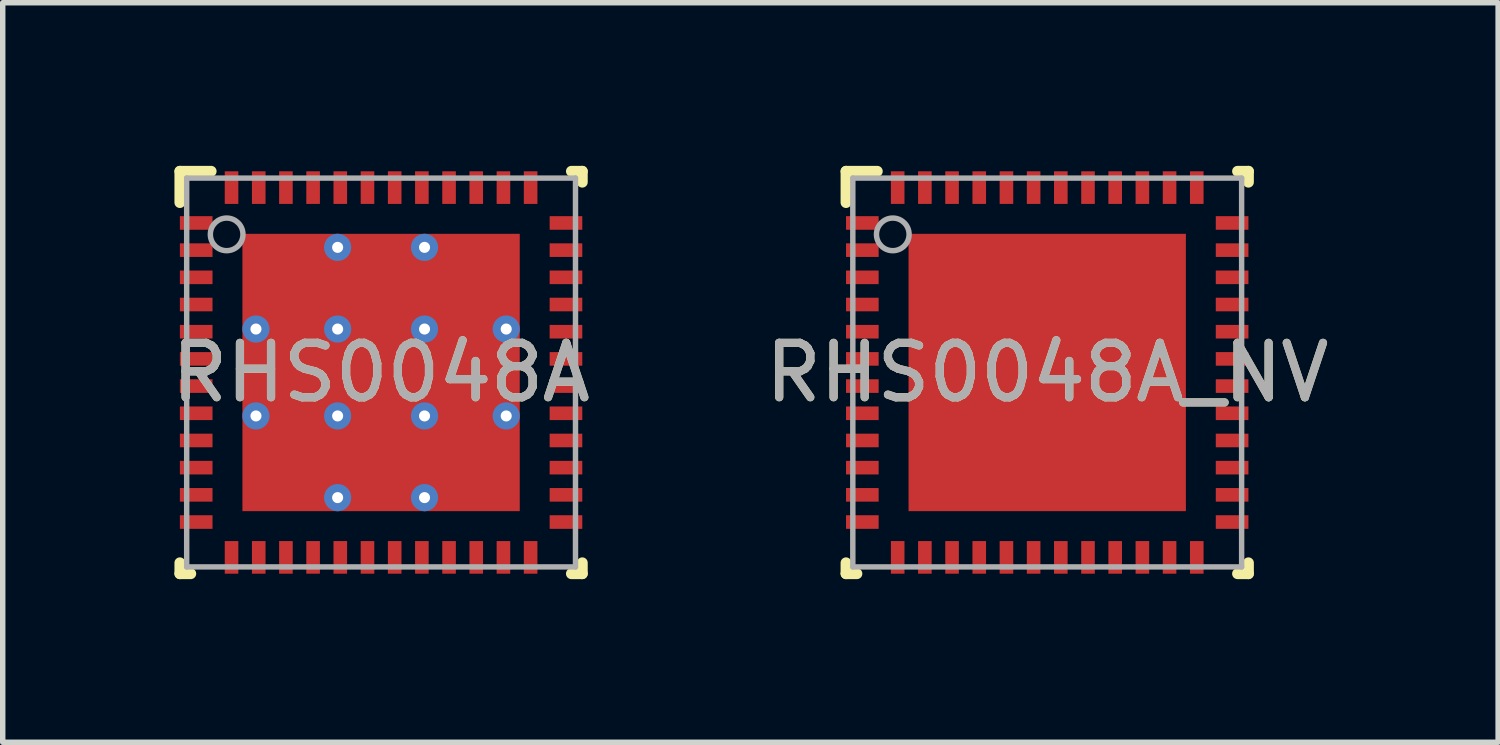
<source format=kicad_pcb>
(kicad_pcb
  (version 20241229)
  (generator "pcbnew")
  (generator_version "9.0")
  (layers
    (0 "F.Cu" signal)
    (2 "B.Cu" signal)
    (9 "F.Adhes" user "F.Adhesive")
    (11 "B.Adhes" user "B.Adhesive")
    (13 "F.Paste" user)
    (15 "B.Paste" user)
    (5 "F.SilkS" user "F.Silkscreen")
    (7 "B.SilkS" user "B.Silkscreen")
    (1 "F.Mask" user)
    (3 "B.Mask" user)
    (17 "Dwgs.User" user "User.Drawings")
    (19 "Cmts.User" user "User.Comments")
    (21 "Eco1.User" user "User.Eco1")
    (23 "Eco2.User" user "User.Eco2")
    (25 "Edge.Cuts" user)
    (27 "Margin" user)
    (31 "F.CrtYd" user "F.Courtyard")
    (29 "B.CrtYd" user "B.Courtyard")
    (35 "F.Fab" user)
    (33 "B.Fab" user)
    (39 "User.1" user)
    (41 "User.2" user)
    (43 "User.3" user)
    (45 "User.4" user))
  (footprint "RHS0048A_NV"
    (layer "F.Cu")
    (at 16.208 3.8)
    (property "Reference" "RHS0048A_NV" (at 0 0 0) (unlocked yes) (layer "F.SilkS") (effects (font (size 1 1) (thickness 0.15))))
    (attr smd)
    (fp_line (start -3.7 -3.7) (end -3.125 -3.7) (stroke (width 0.2) (type solid)) (layer "F.SilkS"))
    (fp_line (start -3.7 -3.125) (end -3.7 -3.7) (stroke (width 0.2) (type solid)) (layer "F.SilkS"))
    (fp_line (start -3.7 3.7) (end -3.7 3.5) (stroke (width 0.2) (type solid)) (layer "F.SilkS"))
    (fp_line (start -3.7 3.7) (end -3.5 3.7) (stroke (width 0.2) (type solid)) (layer "F.SilkS"))
    (fp_line (start 3.5 -3.7) (end 3.7 -3.7) (stroke (width 0.2) (type solid)) (layer "F.SilkS"))
    (fp_line (start 3.5 3.7) (end 3.7 3.7) (stroke (width 0.2) (type solid)) (layer "F.SilkS"))
    (fp_line (start 3.7 -3.5) (end 3.7 -3.7) (stroke (width 0.2) (type solid)) (layer "F.SilkS"))
    (fp_line (start 3.7 3.7) (end 3.7 3.5) (stroke (width 0.2) (type solid)) (layer "F.SilkS"))
    (fp_poly (pts (xy -2.297 -0.899) (xy -0.899 -0.899) (xy -0.899 -2.297) (xy -2.297 -2.297)) (stroke (width 0) (type solid)) (fill yes) (layer "F.Paste"))
    (fp_poly (pts (xy -2.297 0.699) (xy -0.899 0.699) (xy -0.899 -0.699) (xy -2.297 -0.699)) (stroke (width 0) (type solid)) (fill yes) (layer "F.Paste"))
    (fp_poly (pts (xy -2.297 2.297) (xy -0.899 2.297) (xy -0.899 0.899) (xy -2.297 0.899)) (stroke (width 0) (type solid)) (fill yes) (layer "F.Paste"))
    (fp_poly (pts (xy -0.699 -0.899) (xy 0.699 -0.899) (xy 0.699 -2.297) (xy -0.699 -2.297)) (stroke (width 0) (type solid)) (fill yes) (layer "F.Paste"))
    (fp_poly (pts (xy -0.699 0.699) (xy 0.699 0.699) (xy 0.699 -0.699) (xy -0.699 -0.699)) (stroke (width 0) (type solid)) (fill yes) (layer "F.Paste"))
    (fp_poly (pts (xy -0.699 2.297) (xy 0.699 2.297) (xy 0.699 0.899) (xy -0.699 0.899)) (stroke (width 0) (type solid)) (fill yes) (layer "F.Paste"))
    (fp_poly (pts (xy 0.899 -0.899) (xy 2.297 -0.899) (xy 2.297 -2.297) (xy 0.899 -2.297)) (stroke (width 0) (type solid)) (fill yes) (layer "F.Paste"))
    (fp_poly (pts (xy 0.899 0.699) (xy 2.297 0.699) (xy 2.297 -0.699) (xy 0.899 -0.699)) (stroke (width 0) (type solid)) (fill yes) (layer "F.Paste"))
    (fp_poly (pts (xy 0.899 2.297) (xy 2.297 2.297) (xy 2.297 0.899) (xy 0.899 0.899)) (stroke (width 0) (type solid)) (fill yes) (layer "F.Paste"))
    (fp_line (start -3.575 -3.575) (end 3.575 -3.575) (stroke (width 0.1) (type solid)) (layer "F.Fab"))
    (fp_line (start -3.575 3.575) (end -3.575 -3.575) (stroke (width 0.1) (type solid)) (layer "F.Fab"))
    (fp_line (start -3.575 3.575) (end 3.575 3.575) (stroke (width 0.1) (type solid)) (layer "F.Fab"))
    (fp_line (start 3.575 3.575) (end 3.575 -3.575) (stroke (width 0.1) (type solid)) (layer "F.Fab"))
    (fp_circle (center -2.84 -2.54) (end -2.54 -2.54) (stroke (width 0.1) (type solid)) (fill no) (layer "F.Fab"))
    (fp_text user "${REFERENCE}" (at 0 0 0) (unlocked yes) (layer "F.Fab") (effects (font (size 1 1) (thickness 0.15))))
    (pad "1" smd rect (at -3.4 -2.75 90) (size 0.25 0.6) (layers "F.Cu" "F.Mask" "F.Paste"))
    (pad "2" smd rect (at -3.4 -2.25 90) (size 0.25 0.6) (layers "F.Cu" "F.Mask" "F.Paste"))
    (pad "3" smd rect (at -3.4 -1.75 90) (size 0.25 0.6) (layers "F.Cu" "F.Mask" "F.Paste"))
    (pad "4" smd rect (at -3.4 -1.25 90) (size 0.25 0.6) (layers "F.Cu" "F.Mask" "F.Paste"))
    (pad "5" smd rect (at -3.4 -0.75 90) (size 0.25 0.6) (layers "F.Cu" "F.Mask" "F.Paste"))
    (pad "6" smd rect (at -3.4 -0.25 90) (size 0.25 0.6) (layers "F.Cu" "F.Mask" "F.Paste"))
    (pad "7" smd rect (at -3.4 0.25 90) (size 0.25 0.6) (layers "F.Cu" "F.Mask" "F.Paste"))
    (pad "8" smd rect (at -3.4 0.75 90) (size 0.25 0.6) (layers "F.Cu" "F.Mask" "F.Paste"))
    (pad "9" smd rect (at -3.4 1.25 90) (size 0.25 0.6) (layers "F.Cu" "F.Mask" "F.Paste"))
    (pad "10" smd rect (at -3.4 1.75 90) (size 0.25 0.6) (layers "F.Cu" "F.Mask" "F.Paste"))
    (pad "11" smd rect (at -3.4 2.25 90) (size 0.25 0.6) (layers "F.Cu" "F.Mask" "F.Paste"))
    (pad "12" smd rect (at -3.4 2.75 90) (size 0.25 0.6) (layers "F.Cu" "F.Mask" "F.Paste"))
    (pad "13" smd rect (at -2.75 3.4) (size 0.25 0.6) (layers "F.Cu" "F.Mask" "F.Paste"))
    (pad "14" smd rect (at -2.25 3.4) (size 0.25 0.6) (layers "F.Cu" "F.Mask" "F.Paste"))
    (pad "15" smd rect (at -1.75 3.4) (size 0.25 0.6) (layers "F.Cu" "F.Mask" "F.Paste"))
    (pad "16" smd rect (at -1.25 3.4) (size 0.25 0.6) (layers "F.Cu" "F.Mask" "F.Paste"))
    (pad "17" smd rect (at -0.75 3.4) (size 0.25 0.6) (layers "F.Cu" "F.Mask" "F.Paste"))
    (pad "18" smd rect (at -0.25 3.4) (size 0.25 0.6) (layers "F.Cu" "F.Mask" "F.Paste"))
    (pad "19" smd rect (at 0.25 3.4) (size 0.25 0.6) (layers "F.Cu" "F.Mask" "F.Paste"))
    (pad "20" smd rect (at 0.75 3.4) (size 0.25 0.6) (layers "F.Cu" "F.Mask" "F.Paste"))
    (pad "21" smd rect (at 1.25 3.4) (size 0.25 0.6) (layers "F.Cu" "F.Mask" "F.Paste"))
    (pad "22" smd rect (at 1.75 3.4) (size 0.25 0.6) (layers "F.Cu" "F.Mask" "F.Paste"))
    (pad "23" smd rect (at 2.25 3.4) (size 0.25 0.6) (layers "F.Cu" "F.Mask" "F.Paste"))
    (pad "24" smd rect (at 2.75 3.4) (size 0.25 0.6) (layers "F.Cu" "F.Mask" "F.Paste"))
    (pad "25" smd rect (at 3.4 2.75 90) (size 0.25 0.6) (layers "F.Cu" "F.Mask" "F.Paste"))
    (pad "26" smd rect (at 3.4 2.25 90) (size 0.25 0.6) (layers "F.Cu" "F.Mask" "F.Paste"))
    (pad "27" smd rect (at 3.4 1.75 90) (size 0.25 0.6) (layers "F.Cu" "F.Mask" "F.Paste"))
    (pad "28" smd rect (at 3.4 1.25 90) (size 0.25 0.6) (layers "F.Cu" "F.Mask" "F.Paste"))
    (pad "29" smd rect (at 3.4 0.75 90) (size 0.25 0.6) (layers "F.Cu" "F.Mask" "F.Paste"))
    (pad "30" smd rect (at 3.4 0.25 90) (size 0.25 0.6) (layers "F.Cu" "F.Mask" "F.Paste"))
    (pad "31" smd rect (at 3.4 -0.25 90) (size 0.25 0.6) (layers "F.Cu" "F.Mask" "F.Paste"))
    (pad "32" smd rect (at 3.4 -0.75 90) (size 0.25 0.6) (layers "F.Cu" "F.Mask" "F.Paste"))
    (pad "33" smd rect (at 3.4 -1.25 90) (size 0.25 0.6) (layers "F.Cu" "F.Mask" "F.Paste"))
    (pad "34" smd rect (at 3.4 -1.75 90) (size 0.25 0.6) (layers "F.Cu" "F.Mask" "F.Paste"))
    (pad "35" smd rect (at 3.4 -2.25 90) (size 0.25 0.6) (layers "F.Cu" "F.Mask" "F.Paste"))
    (pad "36" smd rect (at 3.4 -2.75 90) (size 0.25 0.6) (layers "F.Cu" "F.Mask" "F.Paste"))
    (pad "37" smd rect (at 2.75 -3.4) (size 0.25 0.6) (layers "F.Cu" "F.Mask" "F.Paste"))
    (pad "38" smd rect (at 2.25 -3.4) (size 0.25 0.6) (layers "F.Cu" "F.Mask" "F.Paste"))
    (pad "39" smd rect (at 1.75 -3.4) (size 0.25 0.6) (layers "F.Cu" "F.Mask" "F.Paste"))
    (pad "40" smd rect (at 1.25 -3.4) (size 0.25 0.6) (layers "F.Cu" "F.Mask" "F.Paste"))
    (pad "41" smd rect (at 0.75 -3.4) (size 0.25 0.6) (layers "F.Cu" "F.Mask" "F.Paste"))
    (pad "42" smd rect (at 0.25 -3.4) (size 0.25 0.6) (layers "F.Cu" "F.Mask" "F.Paste"))
    (pad "43" smd rect (at -0.25 -3.4) (size 0.25 0.6) (layers "F.Cu" "F.Mask" "F.Paste"))
    (pad "44" smd rect (at -0.75 -3.4) (size 0.25 0.6) (layers "F.Cu" "F.Mask" "F.Paste"))
    (pad "45" smd rect (at -1.25 -3.4) (size 0.25 0.6) (layers "F.Cu" "F.Mask" "F.Paste"))
    (pad "46" smd rect (at -1.75 -3.4) (size 0.25 0.6) (layers "F.Cu" "F.Mask" "F.Paste"))
    (pad "47" smd rect (at -2.25 -3.4) (size 0.25 0.6) (layers "F.Cu" "F.Mask" "F.Paste"))
    (pad "48" smd rect (at -2.75 -3.4) (size 0.25 0.6) (layers "F.Cu" "F.Mask" "F.Paste"))
    (pad "49" smd rect (at 0.000003 0) (size 5.1 5.1) (layers "F.Cu" "F.Mask")))
  (footprint "RHS0048A"
    (layer "F.Cu")
    (at 3.958 3.8)
    (property "Reference" "RHS0048A" (at 0 0 0) (unlocked yes) (layer "F.SilkS") (effects (font (size 1 1) (thickness 0.15))))
    (attr smd)
    (fp_line (start -3.7 -3.7) (end -3.125 -3.7) (stroke (width 0.2) (type solid)) (layer "F.SilkS"))
    (fp_line (start -3.7 -3.125) (end -3.7 -3.7) (stroke (width 0.2) (type solid)) (layer "F.SilkS"))
    (fp_line (start -3.7 3.7) (end -3.7 3.5) (stroke (width 0.2) (type solid)) (layer "F.SilkS"))
    (fp_line (start -3.7 3.7) (end -3.5 3.7) (stroke (width 0.2) (type solid)) (layer "F.SilkS"))
    (fp_line (start 3.5 -3.7) (end 3.7 -3.7) (stroke (width 0.2) (type solid)) (layer "F.SilkS"))
    (fp_line (start 3.5 3.7) (end 3.7 3.7) (stroke (width 0.2) (type solid)) (layer "F.SilkS"))
    (fp_line (start 3.7 -3.5) (end 3.7 -3.7) (stroke (width 0.2) (type solid)) (layer "F.SilkS"))
    (fp_line (start 3.7 3.7) (end 3.7 3.5) (stroke (width 0.2) (type solid)) (layer "F.SilkS"))
    (fp_poly (pts (xy -2.297 -0.899) (xy -0.899 -0.899) (xy -0.899 -2.297) (xy -2.297 -2.297)) (stroke (width 0) (type solid)) (fill yes) (layer "F.Paste"))
    (fp_poly (pts (xy -2.297 0.699) (xy -0.899 0.699) (xy -0.899 -0.699) (xy -2.297 -0.699)) (stroke (width 0) (type solid)) (fill yes) (layer "F.Paste"))
    (fp_poly (pts (xy -2.297 2.297) (xy -0.899 2.297) (xy -0.899 0.899) (xy -2.297 0.899)) (stroke (width 0) (type solid)) (fill yes) (layer "F.Paste"))
    (fp_poly (pts (xy -0.699 -0.899) (xy 0.699 -0.899) (xy 0.699 -2.297) (xy -0.699 -2.297)) (stroke (width 0) (type solid)) (fill yes) (layer "F.Paste"))
    (fp_poly (pts (xy -0.699 0.699) (xy 0.699 0.699) (xy 0.699 -0.699) (xy -0.699 -0.699)) (stroke (width 0) (type solid)) (fill yes) (layer "F.Paste"))
    (fp_poly (pts (xy -0.699 2.297) (xy 0.699 2.297) (xy 0.699 0.899) (xy -0.699 0.899)) (stroke (width 0) (type solid)) (fill yes) (layer "F.Paste"))
    (fp_poly (pts (xy 0.899 -0.899) (xy 2.297 -0.899) (xy 2.297 -2.297) (xy 0.899 -2.297)) (stroke (width 0) (type solid)) (fill yes) (layer "F.Paste"))
    (fp_poly (pts (xy 0.899 0.699) (xy 2.297 0.699) (xy 2.297 -0.699) (xy 0.899 -0.699)) (stroke (width 0) (type solid)) (fill yes) (layer "F.Paste"))
    (fp_poly (pts (xy 0.899 2.297) (xy 2.297 2.297) (xy 2.297 0.899) (xy 0.899 0.899)) (stroke (width 0) (type solid)) (fill yes) (layer "F.Paste"))
    (fp_line (start -3.575 -3.575) (end 3.575 -3.575) (stroke (width 0.1) (type solid)) (layer "F.Fab"))
    (fp_line (start -3.575 3.575) (end -3.575 -3.575) (stroke (width 0.1) (type solid)) (layer "F.Fab"))
    (fp_line (start -3.575 3.575) (end 3.575 3.575) (stroke (width 0.1) (type solid)) (layer "F.Fab"))
    (fp_line (start 3.575 3.575) (end 3.575 -3.575) (stroke (width 0.1) (type solid)) (layer "F.Fab"))
    (fp_circle (center -2.84 -2.54) (end -2.54 -2.54) (stroke (width 0.1) (type solid)) (fill no) (layer "F.Fab"))
    (fp_text user "${REFERENCE}" (at 0 0 0) (unlocked yes) (layer "F.Fab") (effects (font (size 1 1) (thickness 0.15))))
    (pad "1" smd rect (at -3.4 -2.75 90) (size 0.25 0.6) (layers "F.Cu" "F.Mask" "F.Paste"))
    (pad "2" smd rect (at -3.4 -2.25 90) (size 0.25 0.6) (layers "F.Cu" "F.Mask" "F.Paste"))
    (pad "3" smd rect (at -3.4 -1.75 90) (size 0.25 0.6) (layers "F.Cu" "F.Mask" "F.Paste"))
    (pad "4" smd rect (at -3.4 -1.25 90) (size 0.25 0.6) (layers "F.Cu" "F.Mask" "F.Paste"))
    (pad "5" smd rect (at -3.4 -0.75 90) (size 0.25 0.6) (layers "F.Cu" "F.Mask" "F.Paste"))
    (pad "6" smd rect (at -3.4 -0.25 90) (size 0.25 0.6) (layers "F.Cu" "F.Mask" "F.Paste"))
    (pad "7" smd rect (at -3.4 0.25 90) (size 0.25 0.6) (layers "F.Cu" "F.Mask" "F.Paste"))
    (pad "8" smd rect (at -3.4 0.75 90) (size 0.25 0.6) (layers "F.Cu" "F.Mask" "F.Paste"))
    (pad "9" smd rect (at -3.4 1.25 90) (size 0.25 0.6) (layers "F.Cu" "F.Mask" "F.Paste"))
    (pad "10" smd rect (at -3.4 1.75 90) (size 0.25 0.6) (layers "F.Cu" "F.Mask" "F.Paste"))
    (pad "11" smd rect (at -3.4 2.25 90) (size 0.25 0.6) (layers "F.Cu" "F.Mask" "F.Paste"))
    (pad "12" smd rect (at -3.4 2.75 90) (size 0.25 0.6) (layers "F.Cu" "F.Mask" "F.Paste"))
    (pad "13" smd rect (at -2.75 3.4) (size 0.25 0.6) (layers "F.Cu" "F.Mask" "F.Paste"))
    (pad "14" smd rect (at -2.25 3.4) (size 0.25 0.6) (layers "F.Cu" "F.Mask" "F.Paste"))
    (pad "15" smd rect (at -1.75 3.4) (size 0.25 0.6) (layers "F.Cu" "F.Mask" "F.Paste"))
    (pad "16" smd rect (at -1.25 3.4) (size 0.25 0.6) (layers "F.Cu" "F.Mask" "F.Paste"))
    (pad "17" smd rect (at -0.75 3.4) (size 0.25 0.6) (layers "F.Cu" "F.Mask" "F.Paste"))
    (pad "18" smd rect (at -0.25 3.4) (size 0.25 0.6) (layers "F.Cu" "F.Mask" "F.Paste"))
    (pad "19" smd rect (at 0.25 3.4) (size 0.25 0.6) (layers "F.Cu" "F.Mask" "F.Paste"))
    (pad "20" smd rect (at 0.75 3.4) (size 0.25 0.6) (layers "F.Cu" "F.Mask" "F.Paste"))
    (pad "21" smd rect (at 1.25 3.4) (size 0.25 0.6) (layers "F.Cu" "F.Mask" "F.Paste"))
    (pad "22" smd rect (at 1.75 3.4) (size 0.25 0.6) (layers "F.Cu" "F.Mask" "F.Paste"))
    (pad "23" smd rect (at 2.25 3.4) (size 0.25 0.6) (layers "F.Cu" "F.Mask" "F.Paste"))
    (pad "24" smd rect (at 2.75 3.4) (size 0.25 0.6) (layers "F.Cu" "F.Mask" "F.Paste"))
    (pad "25" smd rect (at 3.4 2.75 90) (size 0.25 0.6) (layers "F.Cu" "F.Mask" "F.Paste"))
    (pad "26" smd rect (at 3.4 2.25 90) (size 0.25 0.6) (layers "F.Cu" "F.Mask" "F.Paste"))
    (pad "27" smd rect (at 3.4 1.75 90) (size 0.25 0.6) (layers "F.Cu" "F.Mask" "F.Paste"))
    (pad "28" smd rect (at 3.4 1.25 90) (size 0.25 0.6) (layers "F.Cu" "F.Mask" "F.Paste"))
    (pad "29" smd rect (at 3.4 0.75 90) (size 0.25 0.6) (layers "F.Cu" "F.Mask" "F.Paste"))
    (pad "30" smd rect (at 3.4 0.25 90) (size 0.25 0.6) (layers "F.Cu" "F.Mask" "F.Paste"))
    (pad "31" smd rect (at 3.4 -0.25 90) (size 0.25 0.6) (layers "F.Cu" "F.Mask" "F.Paste"))
    (pad "32" smd rect (at 3.4 -0.75 90) (size 0.25 0.6) (layers "F.Cu" "F.Mask" "F.Paste"))
    (pad "33" smd rect (at 3.4 -1.25 90) (size 0.25 0.6) (layers "F.Cu" "F.Mask" "F.Paste"))
    (pad "34" smd rect (at 3.4 -1.75 90) (size 0.25 0.6) (layers "F.Cu" "F.Mask" "F.Paste"))
    (pad "35" smd rect (at 3.4 -2.25 90) (size 0.25 0.6) (layers "F.Cu" "F.Mask" "F.Paste"))
    (pad "36" smd rect (at 3.4 -2.75 90) (size 0.25 0.6) (layers "F.Cu" "F.Mask" "F.Paste"))
    (pad "37" smd rect (at 2.75 -3.4) (size 0.25 0.6) (layers "F.Cu" "F.Mask" "F.Paste"))
    (pad "38" smd rect (at 2.25 -3.4) (size 0.25 0.6) (layers "F.Cu" "F.Mask" "F.Paste"))
    (pad "39" smd rect (at 1.75 -3.4) (size 0.25 0.6) (layers "F.Cu" "F.Mask" "F.Paste"))
    (pad "40" smd rect (at 1.25 -3.4) (size 0.25 0.6) (layers "F.Cu" "F.Mask" "F.Paste"))
    (pad "41" smd rect (at 0.75 -3.4) (size 0.25 0.6) (layers "F.Cu" "F.Mask" "F.Paste"))
    (pad "42" smd rect (at 0.25 -3.4) (size 0.25 0.6) (layers "F.Cu" "F.Mask" "F.Paste"))
    (pad "43" smd rect (at -0.25 -3.4) (size 0.25 0.6) (layers "F.Cu" "F.Mask" "F.Paste"))
    (pad "44" smd rect (at -0.75 -3.4) (size 0.25 0.6) (layers "F.Cu" "F.Mask" "F.Paste"))
    (pad "45" smd rect (at -1.25 -3.4) (size 0.25 0.6) (layers "F.Cu" "F.Mask" "F.Paste"))
    (pad "46" smd rect (at -1.75 -3.4) (size 0.25 0.6) (layers "F.Cu" "F.Mask" "F.Paste"))
    (pad "47" smd rect (at -2.25 -3.4) (size 0.25 0.6) (layers "F.Cu" "F.Mask" "F.Paste"))
    (pad "48" smd rect (at -2.75 -3.4) (size 0.25 0.6) (layers "F.Cu" "F.Mask" "F.Paste"))
    (pad "49" smd rect (at 0.000003 0) (size 5.1 5.1) (layers "F.Cu" "F.Mask"))
    (pad "V1" thru_hole circle (at 2.301 0.799) (size 0.5 0.5) (drill 0.203) (layers "*.Cu" "*.Mask"))
    (pad "V2" thru_hole circle (at 2.301 -0.799) (size 0.5 0.5) (drill 0.203) (layers "*.Cu" "*.Mask"))
    (pad "V3" thru_hole circle (at -2.301 -0.799) (size 0.5 0.5) (drill 0.203) (layers "*.Cu" "*.Mask"))
    (pad "V4" thru_hole circle (at -2.301 0.799) (size 0.5 0.5) (drill 0.203) (layers "*.Cu" "*.Mask"))
    (pad "V5" thru_hole circle (at -0.799 -2.301) (size 0.5 0.5) (drill 0.203) (layers "*.Cu" "*.Mask"))
    (pad "V6" thru_hole circle (at 0.799 -2.301) (size 0.5 0.5) (drill 0.203) (layers "*.Cu" "*.Mask"))
    (pad "V7" thru_hole circle (at 0.799 2.301) (size 0.5 0.5) (drill 0.203) (layers "*.Cu" "*.Mask"))
    (pad "V8" thru_hole circle (at -0.799 2.301) (size 0.5 0.5) (drill 0.203) (layers "*.Cu" "*.Mask"))
    (pad "V9" thru_hole circle (at -0.799 -0.799) (size 0.5 0.5) (drill 0.203) (layers "*.Cu" "*.Mask"))
    (pad "V10" thru_hole circle (at 0.799 -0.799) (size 0.5 0.5) (drill 0.203) (layers "*.Cu" "*.Mask"))
    (pad "V11" thru_hole circle (at -0.799 0.799) (size 0.5 0.5) (drill 0.203) (layers "*.Cu" "*.Mask"))
    (pad "V12" thru_hole circle (at 0.799 0.799) (size 0.5 0.5) (drill 0.203) (layers "*.Cu" "*.Mask")))
  (gr_rect
    (start -3 -3)
    (end 24.5 10.6)
    (stroke (width 0.1) (type default))
    (fill no)
    (layer "Edge.Cuts")))
</source>
